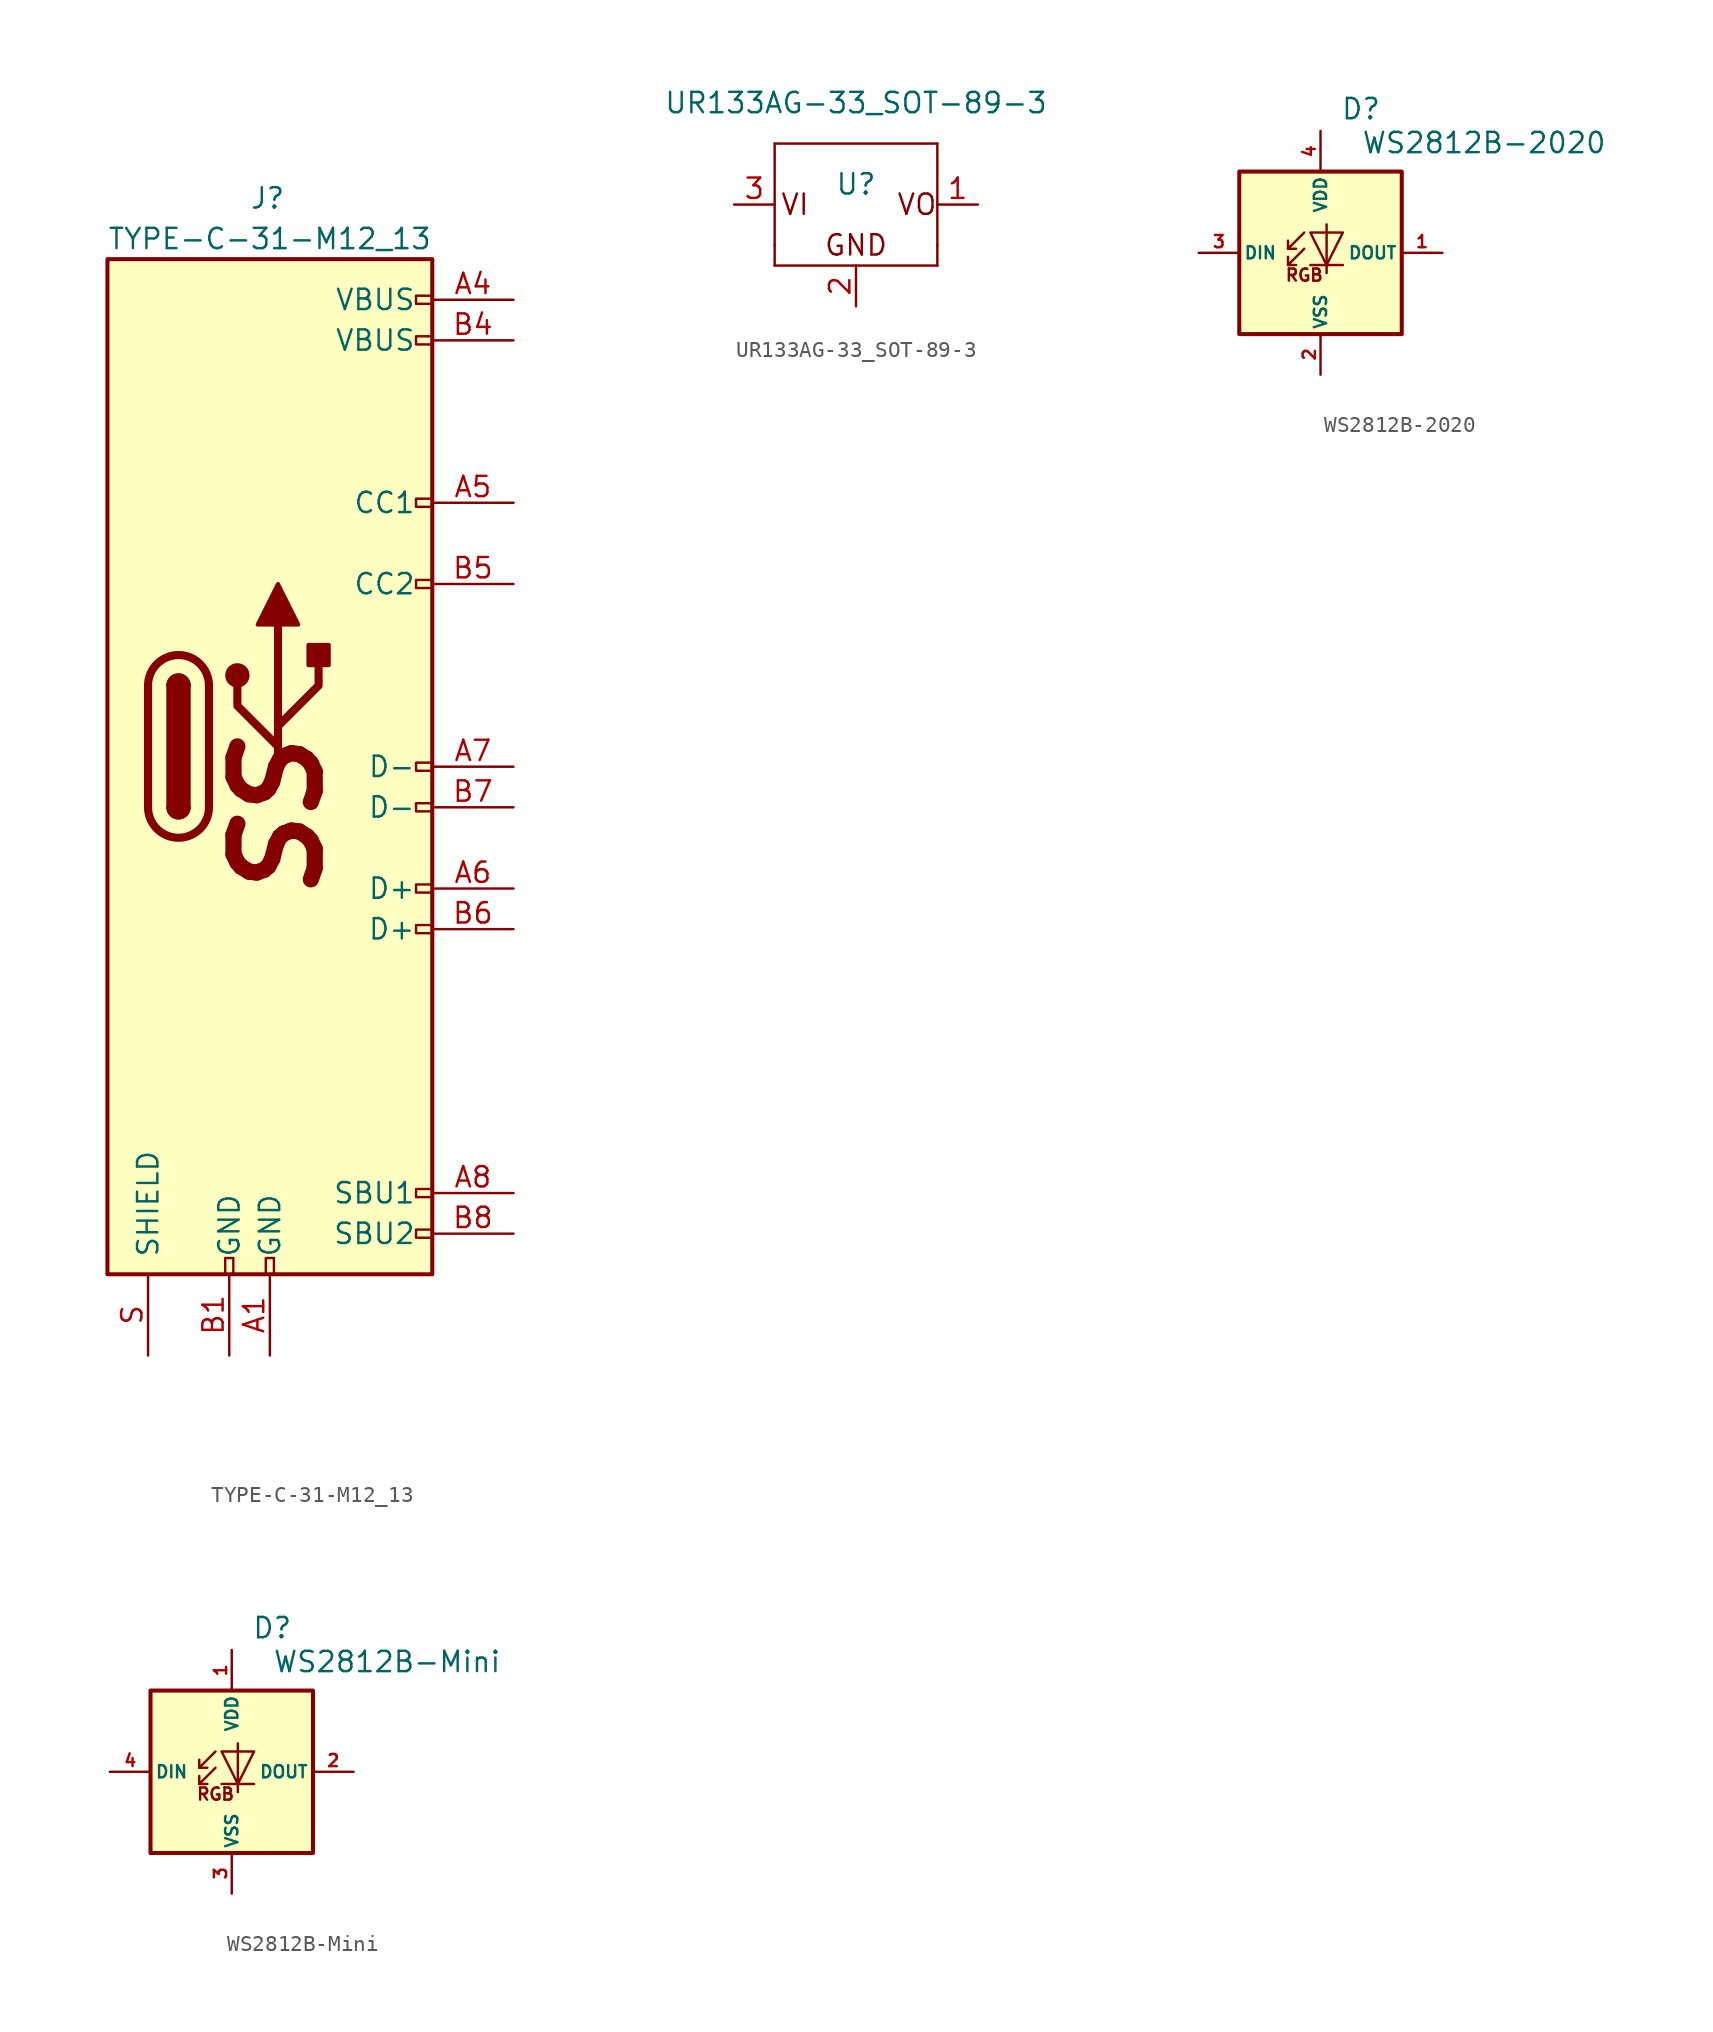
<source format=kicad_sym>
(kicad_symbol_lib
  (version 20211014)
  (generator kicad_symbol_editor)
  (symbol "acheron_Symbols:TYPE-C-31-M12_13"
    (pin_names
      (offset 1.016))
    (property "Reference" "J"
      (at -1.27 35.56 0)
      (effects (font (size 1.27 1.27)) (justify left)))
    (property "Value" "TYPE-C-31-M12_13"
      (at 10.16 33.02 0)
      (effects (font (size 1.27 1.27)) (justify right)))
    (symbol "TYPE-C-31-M12_13_0_0"
      (rectangle (start -0.254 -31.75) (end 0.254 -30.734) (stroke (width 0) (type default) (color 0 0 0 0)) (fill (type none)))
      (rectangle (start 10.16 -28.956) (end 9.144 -29.464) (stroke (width 0) (type default) (color 0 0 0 0)) (fill (type none)))
      (rectangle (start 10.16 -26.416) (end 9.144 -26.924) (stroke (width 0) (type default) (color 0 0 0 0)) (fill (type none)))
      (rectangle (start 10.16 -9.906) (end 9.144 -10.414) (stroke (width 0) (type default) (color 0 0 0 0)) (fill (type none)))
      (rectangle (start 10.16 -7.366) (end 9.144 -7.874) (stroke (width 0) (type default) (color 0 0 0 0)) (fill (type none)))
      (rectangle (start 10.16 -2.286) (end 9.144 -2.794) (stroke (width 0) (type default) (color 0 0 0 0)) (fill (type none)))
      (rectangle (start 10.16 0.254) (end 9.144 -0.254) (stroke (width 0) (type default) (color 0 0 0 0)) (fill (type none)))
      (rectangle (start 10.16 11.684) (end 9.144 11.176) (stroke (width 0) (type default) (color 0 0 0 0)) (fill (type none)))
      (rectangle (start 10.16 16.764) (end 9.144 16.256) (stroke (width 0) (type default) (color 0 0 0 0)) (fill (type none)))
      (rectangle (start 10.16 29.464) (end 9.144 28.956) (stroke (width 0) (type default) (color 0 0 0 0)) (fill (type none)))
      (text "SS" (at 0.508 -3.175 900) (effects (font (size 5.08 5.08) bold italic))))
    (symbol "TYPE-C-31-M12_13_0_1"
      (rectangle (start -10.16 31.75) (end 10.16 -31.75) (stroke (width 0.254) (type default) (color 0 0 0 0)) (fill (type background)))
      (arc (start -7.62 -2.54) (mid -5.715 -4.445) (end -3.81 -2.54) (stroke (width 0.508) (type default) (color 0 0 0 0)) (fill (type none)))
      (arc (start -6.35 -2.54) (mid -5.715 -3.175) (end -5.08 -2.54) (stroke (width 0.254) (type default) (color 0 0 0 0)) (fill (type none)))
      (arc (start -6.35 -2.54) (mid -5.715 -3.175) (end -5.08 -2.54) (stroke (width 0.254) (type default) (color 0 0 0 0)) (fill (type outline)))
      (rectangle (start -6.35 -2.54) (end -5.08 5.08) (stroke (width 0.254) (type default) (color 0 0 0 0)) (fill (type outline)))
      (arc (start -5.08 5.08) (mid -5.715 5.715) (end -6.35 5.08) (stroke (width 0.254) (type default) (color 0 0 0 0)) (fill (type none)))
      (arc (start -5.08 5.08) (mid -5.715 5.715) (end -6.35 5.08) (stroke (width 0.254) (type default) (color 0 0 0 0)) (fill (type outline)))
      (arc (start -3.81 5.08) (mid -5.715 6.985) (end -7.62 5.08) (stroke (width 0.508) (type default) (color 0 0 0 0)) (fill (type none)))
      (circle (center -2.032 5.715) (radius 0.635) (stroke (width 0.254) (type default) (color 0 0 0 0)) (fill (type outline)))
      (polyline (pts (xy -7.62 -2.54) (xy -7.62 5.08)) (stroke (width 0.508) (type default) (color 0 0 0 0)) (fill (type none)))
      (polyline (pts (xy -3.81 5.08) (xy -3.81 -2.54)) (stroke (width 0.508) (type default) (color 0 0 0 0)) (fill (type none)))
      (polyline (pts (xy 0.508 0) (xy 0.508 8.89)) (stroke (width 0.508) (type default) (color 0 0 0 0)) (fill (type none)))
      (polyline (pts (xy 0.508 1.27) (xy -2.032 3.81) (xy -2.032 5.08)) (stroke (width 0.508) (type default) (color 0 0 0 0)) (fill (type none)))
      (polyline (pts (xy 0.508 2.54) (xy 3.048 5.08) (xy 3.048 6.35)) (stroke (width 0.508) (type default) (color 0 0 0 0)) (fill (type none)))
      (polyline (pts (xy -0.762 8.89) (xy 0.508 11.43) (xy 1.778 8.89) (xy -0.762 8.89)) (stroke (width 0.254) (type default) (color 0 0 0 0)) (fill (type outline)))
      (rectangle (start 2.413 6.35) (end 3.683 7.62) (stroke (width 0.254) (type default) (color 0 0 0 0)) (fill (type outline))))
    (symbol "TYPE-C-31-M12_13_1_1"
      (rectangle (start -2.794 -31.75) (end -2.286 -30.734) (stroke (width 0) (type default) (color 0 0 0 0)) (fill (type none)))
      (rectangle (start 10.16 26.924) (end 9.144 26.416) (stroke (width 0) (type default) (color 0 0 0 0)) (fill (type none)))
      (pin power_out line (at 0 -36.83 90) (length 5.08) (name "GND" (effects (font (size 1.27 1.27)))) (number "A1" (effects (font (size 1.27 1.27)))))
      (pin power_out line (at 15.24 29.21 180) (length 5.08) (name "VBUS" (effects (font (size 1.27 1.27)))) (number "A4" (effects (font (size 1.27 1.27)))))
      (pin bidirectional line (at 15.24 16.51 180) (length 5.08) (name "CC1" (effects (font (size 1.27 1.27)))) (number "A5" (effects (font (size 1.27 1.27)))))
      (pin bidirectional line (at 15.24 -7.62 180) (length 5.08) (name "D+" (effects (font (size 1.27 1.27)))) (number "A6" (effects (font (size 1.27 1.27)))))
      (pin bidirectional line (at 15.24 0 180) (length 5.08) (name "D-" (effects (font (size 1.27 1.27)))) (number "A7" (effects (font (size 1.27 1.27)))))
      (pin bidirectional line (at 15.24 -26.67 180) (length 5.08) (name "SBU1" (effects (font (size 1.27 1.27)))) (number "A8" (effects (font (size 1.27 1.27)))))
      (pin power_out line (at -2.54 -36.83 90) (length 5.08) (name "GND" (effects (font (size 1.27 1.27)))) (number "B1" (effects (font (size 1.27 1.27)))))
      (pin power_out line (at 15.24 26.67 180) (length 5.08) (name "VBUS" (effects (font (size 1.27 1.27)))) (number "B4" (effects (font (size 1.27 1.27)))))
      (pin bidirectional line (at 15.24 11.43 180) (length 5.08) (name "CC2" (effects (font (size 1.27 1.27)))) (number "B5" (effects (font (size 1.27 1.27)))))
      (pin bidirectional line (at 15.24 -10.16 180) (length 5.08) (name "D+" (effects (font (size 1.27 1.27)))) (number "B6" (effects (font (size 1.27 1.27)))))
      (pin bidirectional line (at 15.24 -2.54 180) (length 5.08) (name "D-" (effects (font (size 1.27 1.27)))) (number "B7" (effects (font (size 1.27 1.27)))))
      (pin bidirectional line (at 15.24 -29.21 180) (length 5.08) (name "SBU2" (effects (font (size 1.27 1.27)))) (number "B8" (effects (font (size 1.27 1.27)))))
      (pin passive line (at -7.62 -36.83 90) (length 5.08) (name "SHIELD" (effects (font (size 1.27 1.27)))) (number "S" (effects (font (size 1.27 1.27)))))))
  (symbol "acheron_Symbols:UR133AG-33_SOT-89-3"
    (pin_names
      (offset 1.016))
    (property "Reference" "U"
      (at 0 1.27 0)
      (effects (font (size 1.27 1.27))))
    (property "Value" "UR133AG-33_SOT-89-3"
      (at 0 6.35 0)
      (effects (font (size 1.27 1.27))))
    (symbol "UR133AG-33_SOT-89-3_0_0"
      (text "GND" (at 0 -2.54 0) (effects (font (size 1.27 1.27))))
      (text "VI" (at -3.81 0 0) (effects (font (size 1.27 1.27))))
      (text "VO" (at 3.81 0 0) (effects (font (size 1.27 1.27)))))
    (symbol "UR133AG-33_SOT-89-3_0_1"
      (rectangle (start -5.08 -3.81) (end 5.08 -3.81) (stroke (width 0) (type default) (color 0 0 0 0)) (fill (type none)))
      (rectangle (start -5.08 -2.54) (end -5.08 -3.81) (stroke (width 0) (type default) (color 0 0 0 0)) (fill (type none)))
      (rectangle (start -5.08 3.81) (end -5.08 -2.54) (stroke (width 0) (type default) (color 0 0 0 0)) (fill (type none)))
      (rectangle (start -5.08 3.81) (end 5.08 3.81) (stroke (width 0) (type default) (color 0 0 0 0)) (fill (type none)))
      (rectangle (start 5.08 -3.81) (end 5.08 -3.81) (stroke (width 0) (type default) (color 0 0 0 0)) (fill (type none)))
      (rectangle (start 5.08 -2.54) (end 5.08 -3.81) (stroke (width 0) (type default) (color 0 0 0 0)) (fill (type none)))
      (rectangle (start 5.08 3.81) (end 5.08 -2.54) (stroke (width 0) (type default) (color 0 0 0 0)) (fill (type none))))
    (symbol "UR133AG-33_SOT-89-3_1_1"
      (pin output line (at 7.62 0 180) (length 2.54) (name "~" (effects (font (size 1.27 1.27)))) (number "1" (effects (font (size 1.27 1.27)))))
      (pin bidirectional line (at 0 -6.35 90) (length 2.54) (name "~" (effects (font (size 1.27 1.27)))) (number "2" (effects (font (size 1.27 1.27)))))
      (pin input line (at -7.62 0 0) (length 2.54) (name "~" (effects (font (size 1.27 1.27)))) (number "3" (effects (font (size 1.27 1.27)))))))
  (symbol "acheron_Symbols:WS2812B-2020"
    (pin_names
      (offset 0.254))
    (property "Reference" "D"
      (at 3.81 8.255 0)
      (effects (font (size 1.27 1.27)) (justify right bottom)))
    (property "Value" "WS2812B-2020"
      (at 2.54 7.62 0)
      (effects (font (size 1.27 1.27)) (justify left top)))
    (symbol "WS2812B-2020_0_0"
      (text "RGB" (at -1.016 -1.397 0) (effects (font (size 0.762 0.762)))))
    (symbol "WS2812B-2020_0_1"
      (polyline (pts (xy -2.032 -0.762) (xy -1.524 -0.762)) (stroke (width 0) (type default) (color 0 0 0 0)) (fill (type none)))
      (polyline (pts (xy -2.032 0.254) (xy -1.524 0.254)) (stroke (width 0) (type default) (color 0 0 0 0)) (fill (type none)))
      (polyline (pts (xy 1.397 -0.762) (xy -0.635 -0.762)) (stroke (width 0) (type default) (color 0 0 0 0)) (fill (type none)))
      (polyline (pts (xy -1.016 0.254) (xy -2.032 -0.762) (xy -2.032 -0.254)) (stroke (width 0) (type default) (color 0 0 0 0)) (fill (type none)))
      (polyline (pts (xy -1.016 1.27) (xy -2.032 0.254) (xy -2.032 0.762)) (stroke (width 0) (type default) (color 0 0 0 0)) (fill (type none)))
      (polyline (pts (xy 0.381 1.778) (xy 0.381 -0.762) (xy 0.381 -1.27)) (stroke (width 0) (type default) (color 0 0 0 0)) (fill (type none)))
      (polyline (pts (xy 1.397 1.27) (xy -0.635 1.27) (xy 0.381 -0.762) (xy 1.397 1.27)) (stroke (width 0) (type default) (color 0 0 0 0)) (fill (type none)))
      (rectangle (start 5.08 5.08) (end -5.08 -5.08) (stroke (width 0.254) (type default) (color 0 0 0 0)) (fill (type background))))
    (symbol "WS2812B-2020_1_1"
      (pin output line (at 7.62 0 180) (length 2.54) (name "DOUT" (effects (font (size 0.762 0.762)))) (number "1" (effects (font (size 0.762 0.762)))))
      (pin power_in line (at 0 -7.62 90) (length 2.54) (name "VSS" (effects (font (size 0.762 0.762)))) (number "2" (effects (font (size 0.762 0.762)))))
      (pin input line (at -7.62 0 0) (length 2.54) (name "DIN" (effects (font (size 0.762 0.762)))) (number "3" (effects (font (size 0.762 0.762)))))
      (pin power_in line (at 0 7.62 270) (length 2.54) (name "VDD" (effects (font (size 0.762 0.762)))) (number "4" (effects (font (size 0.762 0.762)))))))
  (symbol "acheron_Symbols:WS2812B-Mini"
    (pin_names
      (offset 0.254))
    (property "Reference" "D"
      (at 3.81 8.255 0)
      (effects (font (size 1.27 1.27)) (justify right bottom)))
    (property "Value" "WS2812B-Mini"
      (at 2.54 7.62 0)
      (effects (font (size 1.27 1.27)) (justify left top)))
    (symbol "WS2812B-Mini_0_0"
      (text "RGB" (at -1.016 -1.397 0) (effects (font (size 0.762 0.762)))))
    (symbol "WS2812B-Mini_0_1"
      (polyline (pts (xy -2.032 -0.762) (xy -1.524 -0.762)) (stroke (width 0) (type default) (color 0 0 0 0)) (fill (type none)))
      (polyline (pts (xy -2.032 0.254) (xy -1.524 0.254)) (stroke (width 0) (type default) (color 0 0 0 0)) (fill (type none)))
      (polyline (pts (xy 1.397 -0.762) (xy -0.635 -0.762)) (stroke (width 0) (type default) (color 0 0 0 0)) (fill (type none)))
      (polyline (pts (xy -1.016 0.254) (xy -2.032 -0.762) (xy -2.032 -0.254)) (stroke (width 0) (type default) (color 0 0 0 0)) (fill (type none)))
      (polyline (pts (xy -1.016 1.27) (xy -2.032 0.254) (xy -2.032 0.762)) (stroke (width 0) (type default) (color 0 0 0 0)) (fill (type none)))
      (polyline (pts (xy 0.381 1.778) (xy 0.381 -0.762) (xy 0.381 -1.27)) (stroke (width 0) (type default) (color 0 0 0 0)) (fill (type none)))
      (polyline (pts (xy 1.397 1.27) (xy -0.635 1.27) (xy 0.381 -0.762) (xy 1.397 1.27)) (stroke (width 0) (type default) (color 0 0 0 0)) (fill (type none)))
      (rectangle (start 5.08 5.08) (end -5.08 -5.08) (stroke (width 0.254) (type default) (color 0 0 0 0)) (fill (type background))))
    (symbol "WS2812B-Mini_1_1"
      (pin power_in line (at 0 7.62 270) (length 2.54) (name "VDD" (effects (font (size 0.762 0.762)))) (number "1" (effects (font (size 0.762 0.762)))))
      (pin output line (at 7.62 0 180) (length 2.54) (name "DOUT" (effects (font (size 0.762 0.762)))) (number "2" (effects (font (size 0.762 0.762)))))
      (pin power_in line (at 0 -7.62 90) (length 2.54) (name "VSS" (effects (font (size 0.762 0.762)))) (number "3" (effects (font (size 0.762 0.762)))))
      (pin input line (at -7.62 0 0) (length 2.54) (name "DIN" (effects (font (size 0.762 0.762)))) (number "4" (effects (font (size 0.762 0.762))))))))
</source>
